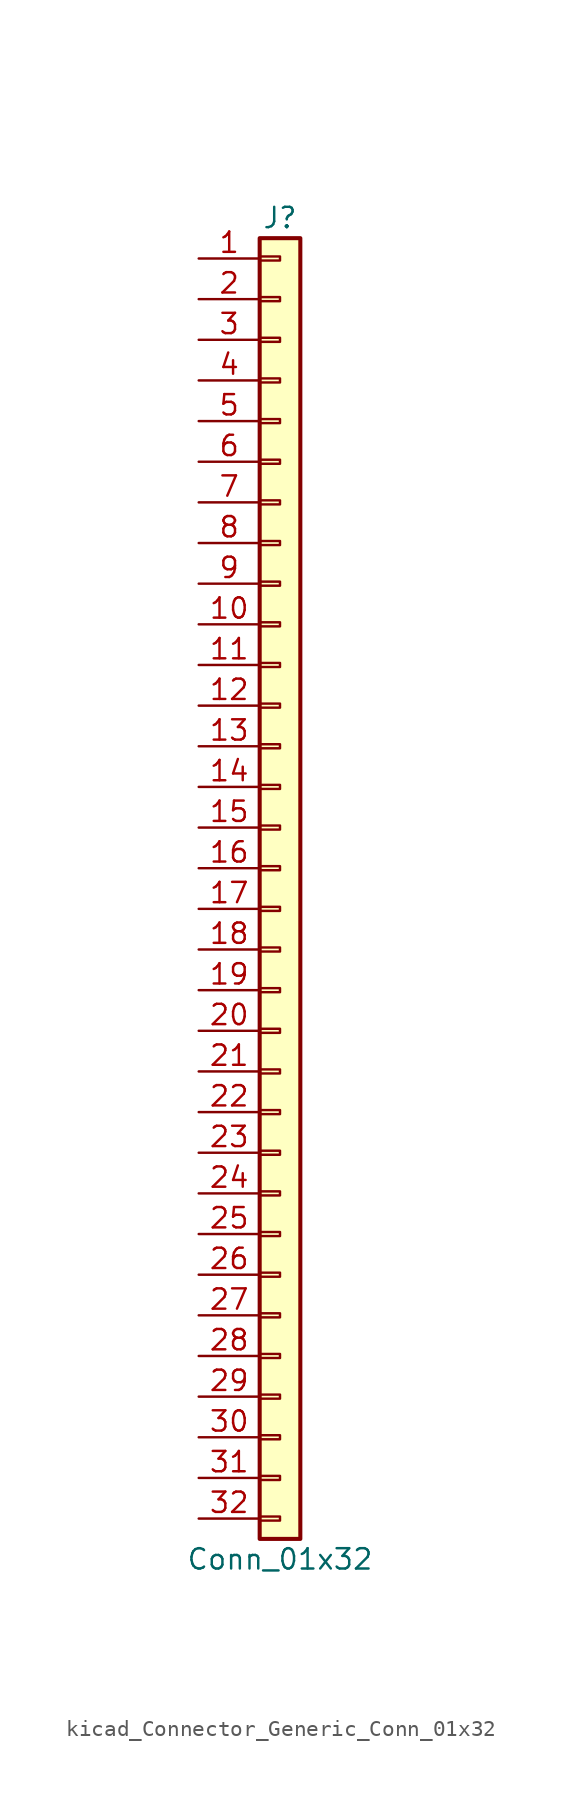
<source format=kicad_sym>
(kicad_symbol_lib
  (version 20220914)
  (generator kicad_symbol_editor)
  (symbol "kicad_Connector_Generic_Conn_01x32"
    (pin_names
      (offset 1.016) hide)
    (property "Reference" "J"
      (at 0 40.64 0)
      (effects (font (size 1.27 1.27))))
    (property "Value" "Conn_01x32"
      (at 0 -43.18 0)
      (effects (font (size 1.27 1.27))))
    (symbol "kicad_Connector_Generic_Conn_01x32_1_1"
      (rectangle (start -1.27 -40.513) (end 0 -40.767) (stroke (width 0.152) (type default)) (fill (type none)))
      (rectangle (start -1.27 -37.973) (end 0 -38.227) (stroke (width 0.152) (type default)) (fill (type none)))
      (rectangle (start -1.27 -35.433) (end 0 -35.687) (stroke (width 0.152) (type default)) (fill (type none)))
      (rectangle (start -1.27 -32.893) (end 0 -33.147) (stroke (width 0.152) (type default)) (fill (type none)))
      (rectangle (start -1.27 -30.353) (end 0 -30.607) (stroke (width 0.152) (type default)) (fill (type none)))
      (rectangle (start -1.27 -27.813) (end 0 -28.067) (stroke (width 0.152) (type default)) (fill (type none)))
      (rectangle (start -1.27 -25.273) (end 0 -25.527) (stroke (width 0.152) (type default)) (fill (type none)))
      (rectangle (start -1.27 -22.733) (end 0 -22.987) (stroke (width 0.152) (type default)) (fill (type none)))
      (rectangle (start -1.27 -20.193) (end 0 -20.447) (stroke (width 0.152) (type default)) (fill (type none)))
      (rectangle (start -1.27 -17.653) (end 0 -17.907) (stroke (width 0.152) (type default)) (fill (type none)))
      (rectangle (start -1.27 -15.113) (end 0 -15.367) (stroke (width 0.152) (type default)) (fill (type none)))
      (rectangle (start -1.27 -12.573) (end 0 -12.827) (stroke (width 0.152) (type default)) (fill (type none)))
      (rectangle (start -1.27 -10.033) (end 0 -10.287) (stroke (width 0.152) (type default)) (fill (type none)))
      (rectangle (start -1.27 -7.493) (end 0 -7.747) (stroke (width 0.152) (type default)) (fill (type none)))
      (rectangle (start -1.27 -4.953) (end 0 -5.207) (stroke (width 0.152) (type default)) (fill (type none)))
      (rectangle (start -1.27 -2.413) (end 0 -2.667) (stroke (width 0.152) (type default)) (fill (type none)))
      (rectangle (start -1.27 0.127) (end 0 -0.127) (stroke (width 0.152) (type default)) (fill (type none)))
      (rectangle (start -1.27 2.667) (end 0 2.413) (stroke (width 0.152) (type default)) (fill (type none)))
      (rectangle (start -1.27 5.207) (end 0 4.953) (stroke (width 0.152) (type default)) (fill (type none)))
      (rectangle (start -1.27 7.747) (end 0 7.493) (stroke (width 0.152) (type default)) (fill (type none)))
      (rectangle (start -1.27 10.287) (end 0 10.033) (stroke (width 0.152) (type default)) (fill (type none)))
      (rectangle (start -1.27 12.827) (end 0 12.573) (stroke (width 0.152) (type default)) (fill (type none)))
      (rectangle (start -1.27 15.367) (end 0 15.113) (stroke (width 0.152) (type default)) (fill (type none)))
      (rectangle (start -1.27 17.907) (end 0 17.653) (stroke (width 0.152) (type default)) (fill (type none)))
      (rectangle (start -1.27 20.447) (end 0 20.193) (stroke (width 0.152) (type default)) (fill (type none)))
      (rectangle (start -1.27 22.987) (end 0 22.733) (stroke (width 0.152) (type default)) (fill (type none)))
      (rectangle (start -1.27 25.527) (end 0 25.273) (stroke (width 0.152) (type default)) (fill (type none)))
      (rectangle (start -1.27 28.067) (end 0 27.813) (stroke (width 0.152) (type default)) (fill (type none)))
      (rectangle (start -1.27 30.607) (end 0 30.353) (stroke (width 0.152) (type default)) (fill (type none)))
      (rectangle (start -1.27 33.147) (end 0 32.893) (stroke (width 0.152) (type default)) (fill (type none)))
      (rectangle (start -1.27 35.687) (end 0 35.433) (stroke (width 0.152) (type default)) (fill (type none)))
      (rectangle (start -1.27 38.227) (end 0 37.973) (stroke (width 0.152) (type default)) (fill (type none)))
      (rectangle (start -1.27 39.37) (end 1.27 -41.91) (stroke (width 0.254) (type default)) (fill (type background)))
      (pin passive line (at -5.08 38.1 0) (length 3.81) (name "Pin_1" (effects (font (size 1.27 1.27)))) (number "1" (effects (font (size 1.27 1.27)))))
      (pin passive line (at -5.08 15.24 0) (length 3.81) (name "Pin_10" (effects (font (size 1.27 1.27)))) (number "10" (effects (font (size 1.27 1.27)))))
      (pin passive line (at -5.08 12.7 0) (length 3.81) (name "Pin_11" (effects (font (size 1.27 1.27)))) (number "11" (effects (font (size 1.27 1.27)))))
      (pin passive line (at -5.08 10.16 0) (length 3.81) (name "Pin_12" (effects (font (size 1.27 1.27)))) (number "12" (effects (font (size 1.27 1.27)))))
      (pin passive line (at -5.08 7.62 0) (length 3.81) (name "Pin_13" (effects (font (size 1.27 1.27)))) (number "13" (effects (font (size 1.27 1.27)))))
      (pin passive line (at -5.08 5.08 0) (length 3.81) (name "Pin_14" (effects (font (size 1.27 1.27)))) (number "14" (effects (font (size 1.27 1.27)))))
      (pin passive line (at -5.08 2.54 0) (length 3.81) (name "Pin_15" (effects (font (size 1.27 1.27)))) (number "15" (effects (font (size 1.27 1.27)))))
      (pin passive line (at -5.08 0 0) (length 3.81) (name "Pin_16" (effects (font (size 1.27 1.27)))) (number "16" (effects (font (size 1.27 1.27)))))
      (pin passive line (at -5.08 -2.54 0) (length 3.81) (name "Pin_17" (effects (font (size 1.27 1.27)))) (number "17" (effects (font (size 1.27 1.27)))))
      (pin passive line (at -5.08 -5.08 0) (length 3.81) (name "Pin_18" (effects (font (size 1.27 1.27)))) (number "18" (effects (font (size 1.27 1.27)))))
      (pin passive line (at -5.08 -7.62 0) (length 3.81) (name "Pin_19" (effects (font (size 1.27 1.27)))) (number "19" (effects (font (size 1.27 1.27)))))
      (pin passive line (at -5.08 35.56 0) (length 3.81) (name "Pin_2" (effects (font (size 1.27 1.27)))) (number "2" (effects (font (size 1.27 1.27)))))
      (pin passive line (at -5.08 -10.16 0) (length 3.81) (name "Pin_20" (effects (font (size 1.27 1.27)))) (number "20" (effects (font (size 1.27 1.27)))))
      (pin passive line (at -5.08 -12.7 0) (length 3.81) (name "Pin_21" (effects (font (size 1.27 1.27)))) (number "21" (effects (font (size 1.27 1.27)))))
      (pin passive line (at -5.08 -15.24 0) (length 3.81) (name "Pin_22" (effects (font (size 1.27 1.27)))) (number "22" (effects (font (size 1.27 1.27)))))
      (pin passive line (at -5.08 -17.78 0) (length 3.81) (name "Pin_23" (effects (font (size 1.27 1.27)))) (number "23" (effects (font (size 1.27 1.27)))))
      (pin passive line (at -5.08 -20.32 0) (length 3.81) (name "Pin_24" (effects (font (size 1.27 1.27)))) (number "24" (effects (font (size 1.27 1.27)))))
      (pin passive line (at -5.08 -22.86 0) (length 3.81) (name "Pin_25" (effects (font (size 1.27 1.27)))) (number "25" (effects (font (size 1.27 1.27)))))
      (pin passive line (at -5.08 -25.4 0) (length 3.81) (name "Pin_26" (effects (font (size 1.27 1.27)))) (number "26" (effects (font (size 1.27 1.27)))))
      (pin passive line (at -5.08 -27.94 0) (length 3.81) (name "Pin_27" (effects (font (size 1.27 1.27)))) (number "27" (effects (font (size 1.27 1.27)))))
      (pin passive line (at -5.08 -30.48 0) (length 3.81) (name "Pin_28" (effects (font (size 1.27 1.27)))) (number "28" (effects (font (size 1.27 1.27)))))
      (pin passive line (at -5.08 -33.02 0) (length 3.81) (name "Pin_29" (effects (font (size 1.27 1.27)))) (number "29" (effects (font (size 1.27 1.27)))))
      (pin passive line (at -5.08 33.02 0) (length 3.81) (name "Pin_3" (effects (font (size 1.27 1.27)))) (number "3" (effects (font (size 1.27 1.27)))))
      (pin passive line (at -5.08 -35.56 0) (length 3.81) (name "Pin_30" (effects (font (size 1.27 1.27)))) (number "30" (effects (font (size 1.27 1.27)))))
      (pin passive line (at -5.08 -38.1 0) (length 3.81) (name "Pin_31" (effects (font (size 1.27 1.27)))) (number "31" (effects (font (size 1.27 1.27)))))
      (pin passive line (at -5.08 -40.64 0) (length 3.81) (name "Pin_32" (effects (font (size 1.27 1.27)))) (number "32" (effects (font (size 1.27 1.27)))))
      (pin passive line (at -5.08 30.48 0) (length 3.81) (name "Pin_4" (effects (font (size 1.27 1.27)))) (number "4" (effects (font (size 1.27 1.27)))))
      (pin passive line (at -5.08 27.94 0) (length 3.81) (name "Pin_5" (effects (font (size 1.27 1.27)))) (number "5" (effects (font (size 1.27 1.27)))))
      (pin passive line (at -5.08 25.4 0) (length 3.81) (name "Pin_6" (effects (font (size 1.27 1.27)))) (number "6" (effects (font (size 1.27 1.27)))))
      (pin passive line (at -5.08 22.86 0) (length 3.81) (name "Pin_7" (effects (font (size 1.27 1.27)))) (number "7" (effects (font (size 1.27 1.27)))))
      (pin passive line (at -5.08 20.32 0) (length 3.81) (name "Pin_8" (effects (font (size 1.27 1.27)))) (number "8" (effects (font (size 1.27 1.27)))))
      (pin passive line (at -5.08 17.78 0) (length 3.81) (name "Pin_9" (effects (font (size 1.27 1.27)))) (number "9" (effects (font (size 1.27 1.27))))))))
</source>
